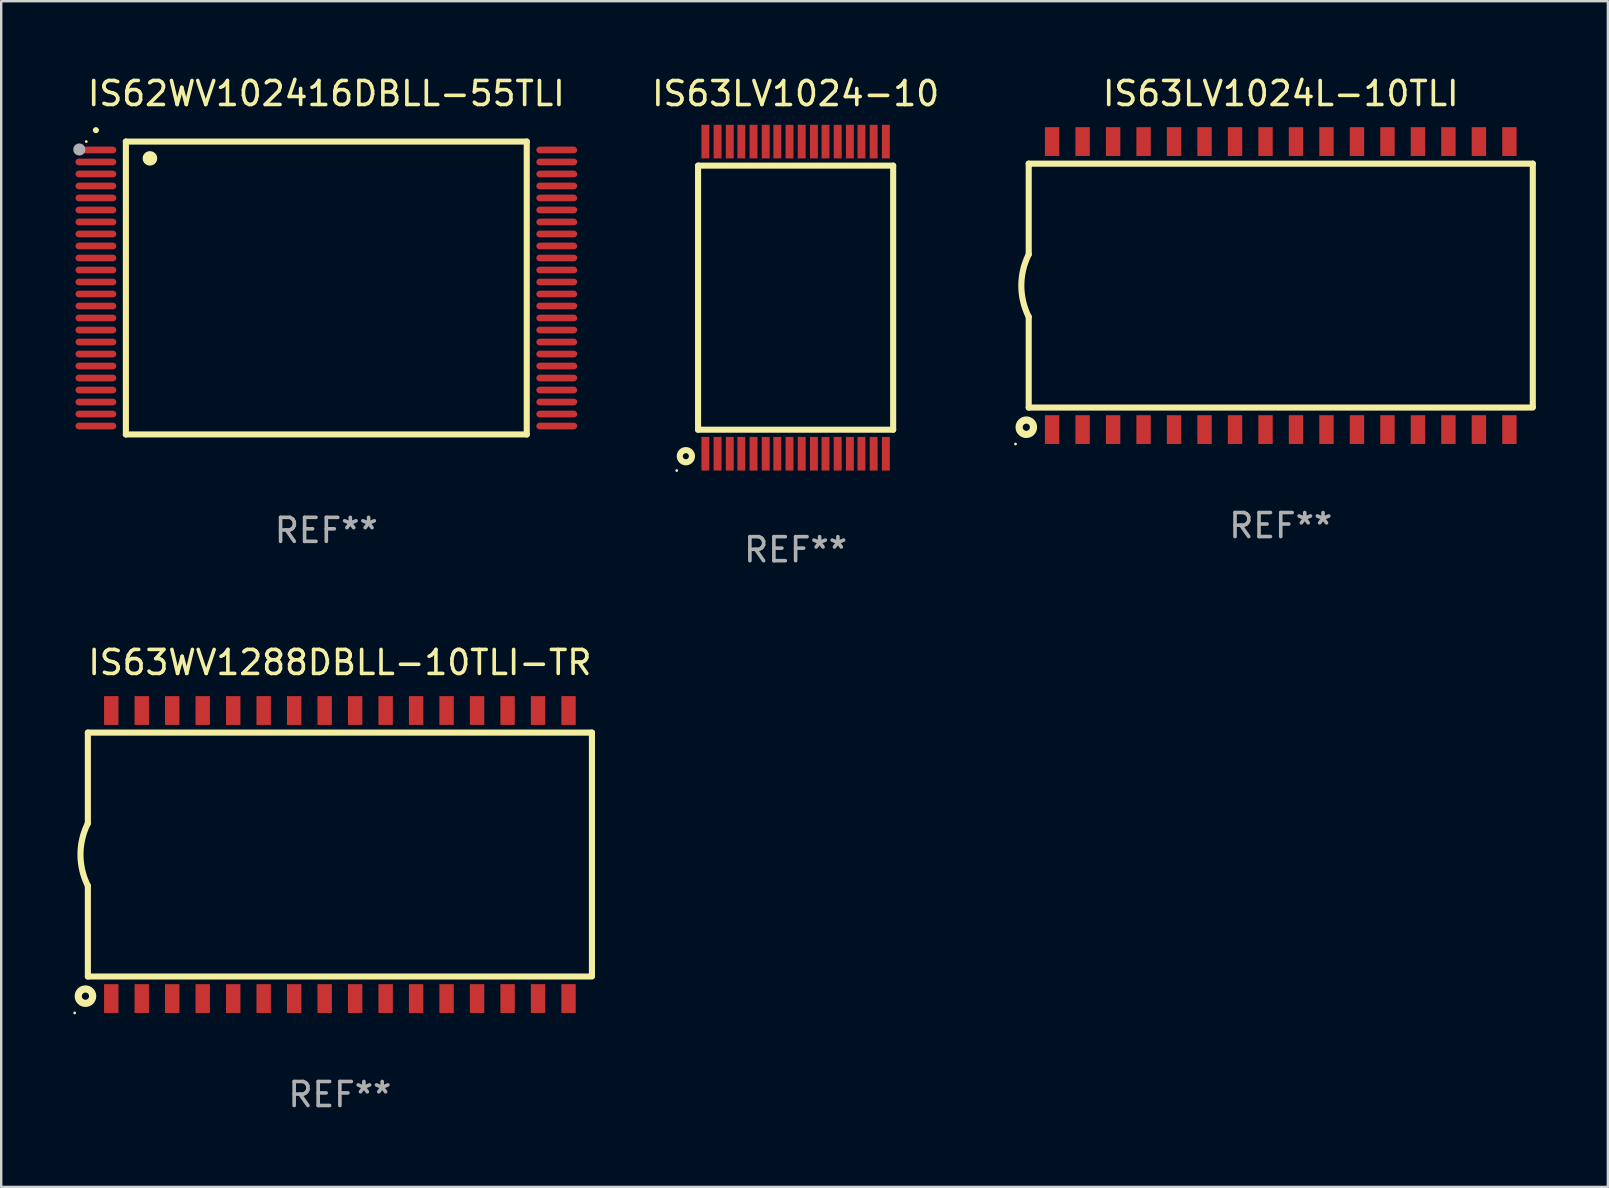
<source format=kicad_pcb>
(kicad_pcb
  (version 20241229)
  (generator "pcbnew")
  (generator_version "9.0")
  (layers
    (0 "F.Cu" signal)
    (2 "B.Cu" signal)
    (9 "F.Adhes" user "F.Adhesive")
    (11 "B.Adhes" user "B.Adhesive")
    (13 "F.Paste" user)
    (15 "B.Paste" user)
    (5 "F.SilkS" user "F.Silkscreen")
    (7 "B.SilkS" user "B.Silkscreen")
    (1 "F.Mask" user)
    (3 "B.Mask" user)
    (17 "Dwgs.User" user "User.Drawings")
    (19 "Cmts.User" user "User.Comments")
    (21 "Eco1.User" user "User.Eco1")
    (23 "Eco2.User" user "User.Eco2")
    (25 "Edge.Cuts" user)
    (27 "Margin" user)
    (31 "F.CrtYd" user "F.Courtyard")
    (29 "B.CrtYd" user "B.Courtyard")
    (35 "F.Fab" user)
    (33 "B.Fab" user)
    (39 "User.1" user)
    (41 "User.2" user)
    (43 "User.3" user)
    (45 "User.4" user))
  (footprint "IS63LV1024L-10TLI"
    (layer "F.Cu")
    (at 50.306 8.848)
    (property "Reference" "IS63LV1024L-10TLI" (at 0 -8 0) (layer "F.SilkS") (effects (font (size 1 1) (thickness 0.15))))
    (attr through_hole)
    (fp_line (start -10.5 -5.08) (end -10.5 -1.3) (stroke (width 0.254) (type solid)) (layer "F.SilkS"))
    (fp_line (start -10.5 -5.08) (end 10.5 -5.08) (stroke (width 0.254) (type solid)) (layer "F.SilkS"))
    (fp_line (start -10.5 5.08) (end -10.5 1.3) (stroke (width 0.254) (type solid)) (layer "F.SilkS"))
    (fp_line (start 10.5 -5.08) (end 10.5 5.05) (stroke (width 0.254) (type solid)) (layer "F.SilkS"))
    (fp_line (start 10.5 5.08) (end -10.5 5.08) (stroke (width 0.254) (type solid)) (layer "F.SilkS"))
    (fp_arc (start -10.500406 1.300482) (mid -10.80722 0.000196) (end -10.500025 -1.3) (stroke (width 0.254001) (type solid)) (layer "F.SilkS"))
    (fp_circle (center -11.05 6.6) (end -11.02 6.6) (stroke (width 0.06) (type solid)) (fill no) (layer "F.SilkS"))
    (fp_circle (center -10.6 5.9) (end -10.3 5.9) (stroke (width 0.3) (type solid)) (fill no) (layer "F.SilkS"))
    (fp_text user "REF**" (at 0 10 0) (layer "F.Fab") (effects (font (size 1 1) (thickness 0.15))))
    (pad "1" smd rect (at -9.525 6 180) (size 0.6 1.2) (layers "F.Cu" "F.Mask" "F.Paste"))
    (pad "2" smd rect (at -8.255 6 180) (size 0.6 1.2) (layers "F.Cu" "F.Mask" "F.Paste"))
    (pad "3" smd rect (at -6.985 6 180) (size 0.6 1.2) (layers "F.Cu" "F.Mask" "F.Paste"))
    (pad "4" smd rect (at -5.715 6 180) (size 0.6 1.2) (layers "F.Cu" "F.Mask" "F.Paste"))
    (pad "5" smd rect (at -4.445 6 180) (size 0.6 1.2) (layers "F.Cu" "F.Mask" "F.Paste"))
    (pad "6" smd rect (at -3.175 6 180) (size 0.6 1.2) (layers "F.Cu" "F.Mask" "F.Paste"))
    (pad "7" smd rect (at -1.905 6 180) (size 0.6 1.2) (layers "F.Cu" "F.Mask" "F.Paste"))
    (pad "8" smd rect (at -0.635 6 180) (size 0.6 1.2) (layers "F.Cu" "F.Mask" "F.Paste"))
    (pad "9" smd rect (at 0.635 6 180) (size 0.6 1.2) (layers "F.Cu" "F.Mask" "F.Paste"))
    (pad "10" smd rect (at 1.905 6 180) (size 0.6 1.2) (layers "F.Cu" "F.Mask" "F.Paste"))
    (pad "11" smd rect (at 3.175 6 180) (size 0.6 1.2) (layers "F.Cu" "F.Mask" "F.Paste"))
    (pad "12" smd rect (at 4.445 6 180) (size 0.6 1.2) (layers "F.Cu" "F.Mask" "F.Paste"))
    (pad "13" smd rect (at 5.715 6 180) (size 0.6 1.2) (layers "F.Cu" "F.Mask" "F.Paste"))
    (pad "14" smd rect (at 6.985 6 180) (size 0.6 1.2) (layers "F.Cu" "F.Mask" "F.Paste"))
    (pad "15" smd rect (at 8.255 6 180) (size 0.6 1.2) (layers "F.Cu" "F.Mask" "F.Paste"))
    (pad "16" smd rect (at 9.525 6 180) (size 0.6 1.2) (layers "F.Cu" "F.Mask" "F.Paste"))
    (pad "17" smd rect (at 9.525 -6 180) (size 0.6 1.2) (layers "F.Cu" "F.Mask" "F.Paste"))
    (pad "18" smd rect (at 8.255 -6 180) (size 0.6 1.2) (layers "F.Cu" "F.Mask" "F.Paste"))
    (pad "19" smd rect (at 6.985 -6 180) (size 0.6 1.2) (layers "F.Cu" "F.Mask" "F.Paste"))
    (pad "20" smd rect (at 5.715 -6 180) (size 0.6 1.2) (layers "F.Cu" "F.Mask" "F.Paste"))
    (pad "21" smd rect (at 4.445 -6 180) (size 0.6 1.2) (layers "F.Cu" "F.Mask" "F.Paste"))
    (pad "22" smd rect (at 3.175 -6 180) (size 0.6 1.2) (layers "F.Cu" "F.Mask" "F.Paste"))
    (pad "23" smd rect (at 1.905 -6 180) (size 0.6 1.2) (layers "F.Cu" "F.Mask" "F.Paste"))
    (pad "24" smd rect (at 0.635 -6 180) (size 0.6 1.2) (layers "F.Cu" "F.Mask" "F.Paste"))
    (pad "25" smd rect (at -0.635 -6 180) (size 0.6 1.2) (layers "F.Cu" "F.Mask" "F.Paste"))
    (pad "26" smd rect (at -1.905 -6 180) (size 0.6 1.2) (layers "F.Cu" "F.Mask" "F.Paste"))
    (pad "27" smd rect (at -3.175 -6 180) (size 0.6 1.2) (layers "F.Cu" "F.Mask" "F.Paste"))
    (pad "28" smd rect (at -4.445 -6 180) (size 0.6 1.2) (layers "F.Cu" "F.Mask" "F.Paste"))
    (pad "29" smd rect (at -5.715 -6 180) (size 0.6 1.2) (layers "F.Cu" "F.Mask" "F.Paste"))
    (pad "30" smd rect (at -6.985 -6 180) (size 0.6 1.2) (layers "F.Cu" "F.Mask" "F.Paste"))
    (pad "31" smd rect (at -8.255 -6 180) (size 0.6 1.2) (layers "F.Cu" "F.Mask" "F.Paste"))
    (pad "32" smd rect (at -9.525 -6 180) (size 0.6 1.2) (layers "F.Cu" "F.Mask" "F.Paste")))
  (footprint "IS63LV1024-10"
    (layer "F.Cu")
    (at 30.095 9.351)
    (property "Reference" "IS63LV1024-10" (at 0 -8.502 0) (layer "F.SilkS") (effects (font (size 1 1) (thickness 0.15))))
    (attr through_hole)
    (fp_line (start -4.064 -5.5) (end 4.064 -5.5) (stroke (width 0.254) (type solid)) (layer "F.SilkS"))
    (fp_line (start -4.064 5.5) (end -4.064 -5.5) (stroke (width 0.254) (type solid)) (layer "F.SilkS"))
    (fp_line (start -4.064 5.5) (end 4.064 5.5) (stroke (width 0.254) (type solid)) (layer "F.SilkS"))
    (fp_line (start 4.064 -5.5) (end 4.064 5.5) (stroke (width 0.254) (type solid)) (layer "F.SilkS"))
    (fp_circle (center -4.953 7.202) (end -4.923 7.202) (stroke (width 0.06) (type solid)) (fill no) (layer "F.SilkS"))
    (fp_circle (center -4.572 6.604) (end -4.318 6.604) (stroke (width 0.254) (type solid)) (fill no) (layer "F.SilkS"))
    (fp_text user "REF**" (at 0 10.502 0) (layer "F.Fab") (effects (font (size 1 1) (thickness 0.15))))
    (pad "1" smd rect (at -3.759 6.502 180) (size 0.33 1.4) (layers "F.Cu" "F.Mask" "F.Paste"))
    (pad "2" smd rect (at -3.251 6.502 180) (size 0.33 1.4) (layers "F.Cu" "F.Mask" "F.Paste"))
    (pad "3" smd rect (at -2.743 6.502 180) (size 0.33 1.4) (layers "F.Cu" "F.Mask" "F.Paste"))
    (pad "4" smd rect (at -2.261 6.502 180) (size 0.33 1.4) (layers "F.Cu" "F.Mask" "F.Paste"))
    (pad "5" smd rect (at -1.753 6.502 180) (size 0.33 1.4) (layers "F.Cu" "F.Mask" "F.Paste"))
    (pad "6" smd rect (at -1.245 6.502 180) (size 0.33 1.4) (layers "F.Cu" "F.Mask" "F.Paste"))
    (pad "7" smd rect (at -0.762 6.502 180) (size 0.33 1.4) (layers "F.Cu" "F.Mask" "F.Paste"))
    (pad "8" smd rect (at -0.254 6.502 180) (size 0.33 1.4) (layers "F.Cu" "F.Mask" "F.Paste"))
    (pad "9" smd rect (at 0.254 6.502 180) (size 0.33 1.4) (layers "F.Cu" "F.Mask" "F.Paste"))
    (pad "10" smd rect (at 0.762 6.502 180) (size 0.33 1.4) (layers "F.Cu" "F.Mask" "F.Paste"))
    (pad "11" smd rect (at 1.245 6.502 180) (size 0.33 1.4) (layers "F.Cu" "F.Mask" "F.Paste"))
    (pad "12" smd rect (at 1.753 6.502 180) (size 0.33 1.4) (layers "F.Cu" "F.Mask" "F.Paste"))
    (pad "13" smd rect (at 2.261 6.502 180) (size 0.33 1.4) (layers "F.Cu" "F.Mask" "F.Paste"))
    (pad "14" smd rect (at 2.743 6.502 180) (size 0.33 1.4) (layers "F.Cu" "F.Mask" "F.Paste"))
    (pad "15" smd rect (at 3.251 6.502 180) (size 0.33 1.4) (layers "F.Cu" "F.Mask" "F.Paste"))
    (pad "16" smd rect (at 3.759 6.502 180) (size 0.33 1.4) (layers "F.Cu" "F.Mask" "F.Paste"))
    (pad "17" smd rect (at 3.759 -6.502) (size 0.33 1.4) (layers "F.Cu" "F.Mask" "F.Paste"))
    (pad "18" smd rect (at 3.251 -6.502) (size 0.33 1.4) (layers "F.Cu" "F.Mask" "F.Paste"))
    (pad "19" smd rect (at 2.743 -6.502) (size 0.33 1.4) (layers "F.Cu" "F.Mask" "F.Paste"))
    (pad "20" smd rect (at 2.261 -6.502) (size 0.33 1.4) (layers "F.Cu" "F.Mask" "F.Paste"))
    (pad "21" smd rect (at 1.753 -6.502) (size 0.33 1.4) (layers "F.Cu" "F.Mask" "F.Paste"))
    (pad "22" smd rect (at 1.245 -6.502) (size 0.33 1.4) (layers "F.Cu" "F.Mask" "F.Paste"))
    (pad "23" smd rect (at 0.762 -6.502) (size 0.33 1.4) (layers "F.Cu" "F.Mask" "F.Paste"))
    (pad "24" smd rect (at 0.254 -6.502) (size 0.33 1.4) (layers "F.Cu" "F.Mask" "F.Paste"))
    (pad "25" smd rect (at -0.254 -6.502) (size 0.33 1.4) (layers "F.Cu" "F.Mask" "F.Paste"))
    (pad "26" smd rect (at -0.762 -6.502) (size 0.33 1.4) (layers "F.Cu" "F.Mask" "F.Paste"))
    (pad "27" smd rect (at -1.245 -6.502) (size 0.33 1.4) (layers "F.Cu" "F.Mask" "F.Paste"))
    (pad "28" smd rect (at -1.753 -6.502) (size 0.33 1.4) (layers "F.Cu" "F.Mask" "F.Paste"))
    (pad "29" smd rect (at -2.261 -6.502) (size 0.33 1.4) (layers "F.Cu" "F.Mask" "F.Paste"))
    (pad "30" smd rect (at -2.743 -6.502) (size 0.33 1.4) (layers "F.Cu" "F.Mask" "F.Paste"))
    (pad "31" smd rect (at -3.251 -6.502) (size 0.33 1.4) (layers "F.Cu" "F.Mask" "F.Paste"))
    (pad "32" smd rect (at -3.759 -6.502) (size 0.33 1.4) (layers "F.Cu" "F.Mask" "F.Paste")))
  (footprint "IS63WV1288DBLL-10TLI-TR"
    (layer "F.Cu")
    (at 11.11 32.55)
    (property "Reference" "IS63WV1288DBLL-10TLI-TR" (at 0 -8 0) (layer "F.SilkS") (effects (font (size 1 1) (thickness 0.15))))
    (attr through_hole)
    (fp_line (start -10.5 -5.08) (end -10.5 -1.3) (stroke (width 0.254) (type solid)) (layer "F.SilkS"))
    (fp_line (start -10.5 -5.08) (end 10.5 -5.08) (stroke (width 0.254) (type solid)) (layer "F.SilkS"))
    (fp_line (start -10.5 5.08) (end -10.5 1.3) (stroke (width 0.254) (type solid)) (layer "F.SilkS"))
    (fp_line (start 10.5 -5.08) (end 10.5 5.05) (stroke (width 0.254) (type solid)) (layer "F.SilkS"))
    (fp_line (start 10.5 5.08) (end -10.5 5.08) (stroke (width 0.254) (type solid)) (layer "F.SilkS"))
    (fp_arc (start -10.500406 1.300482) (mid -10.80722 0.000196) (end -10.500025 -1.3) (stroke (width 0.254001) (type solid)) (layer "F.SilkS"))
    (fp_circle (center -11.05 6.6) (end -11.02 6.6) (stroke (width 0.06) (type solid)) (fill no) (layer "F.SilkS"))
    (fp_circle (center -10.6 5.9) (end -10.3 5.9) (stroke (width 0.3) (type solid)) (fill no) (layer "F.SilkS"))
    (fp_text user "REF**" (at 0 10 0) (layer "F.Fab") (effects (font (size 1 1) (thickness 0.15))))
    (pad "1" smd rect (at -9.525 6 180) (size 0.6 1.2) (layers "F.Cu" "F.Mask" "F.Paste"))
    (pad "2" smd rect (at -8.255 6 180) (size 0.6 1.2) (layers "F.Cu" "F.Mask" "F.Paste"))
    (pad "3" smd rect (at -6.985 6 180) (size 0.6 1.2) (layers "F.Cu" "F.Mask" "F.Paste"))
    (pad "4" smd rect (at -5.715 6 180) (size 0.6 1.2) (layers "F.Cu" "F.Mask" "F.Paste"))
    (pad "5" smd rect (at -4.445 6 180) (size 0.6 1.2) (layers "F.Cu" "F.Mask" "F.Paste"))
    (pad "6" smd rect (at -3.175 6 180) (size 0.6 1.2) (layers "F.Cu" "F.Mask" "F.Paste"))
    (pad "7" smd rect (at -1.905 6 180) (size 0.6 1.2) (layers "F.Cu" "F.Mask" "F.Paste"))
    (pad "8" smd rect (at -0.635 6 180) (size 0.6 1.2) (layers "F.Cu" "F.Mask" "F.Paste"))
    (pad "9" smd rect (at 0.635 6 180) (size 0.6 1.2) (layers "F.Cu" "F.Mask" "F.Paste"))
    (pad "10" smd rect (at 1.905 6 180) (size 0.6 1.2) (layers "F.Cu" "F.Mask" "F.Paste"))
    (pad "11" smd rect (at 3.175 6 180) (size 0.6 1.2) (layers "F.Cu" "F.Mask" "F.Paste"))
    (pad "12" smd rect (at 4.445 6 180) (size 0.6 1.2) (layers "F.Cu" "F.Mask" "F.Paste"))
    (pad "13" smd rect (at 5.715 6 180) (size 0.6 1.2) (layers "F.Cu" "F.Mask" "F.Paste"))
    (pad "14" smd rect (at 6.985 6 180) (size 0.6 1.2) (layers "F.Cu" "F.Mask" "F.Paste"))
    (pad "15" smd rect (at 8.255 6 180) (size 0.6 1.2) (layers "F.Cu" "F.Mask" "F.Paste"))
    (pad "16" smd rect (at 9.525 6 180) (size 0.6 1.2) (layers "F.Cu" "F.Mask" "F.Paste"))
    (pad "17" smd rect (at 9.525 -6 180) (size 0.6 1.2) (layers "F.Cu" "F.Mask" "F.Paste"))
    (pad "18" smd rect (at 8.255 -6 180) (size 0.6 1.2) (layers "F.Cu" "F.Mask" "F.Paste"))
    (pad "19" smd rect (at 6.985 -6 180) (size 0.6 1.2) (layers "F.Cu" "F.Mask" "F.Paste"))
    (pad "20" smd rect (at 5.715 -6 180) (size 0.6 1.2) (layers "F.Cu" "F.Mask" "F.Paste"))
    (pad "21" smd rect (at 4.445 -6 180) (size 0.6 1.2) (layers "F.Cu" "F.Mask" "F.Paste"))
    (pad "22" smd rect (at 3.175 -6 180) (size 0.6 1.2) (layers "F.Cu" "F.Mask" "F.Paste"))
    (pad "23" smd rect (at 1.905 -6 180) (size 0.6 1.2) (layers "F.Cu" "F.Mask" "F.Paste"))
    (pad "24" smd rect (at 0.635 -6 180) (size 0.6 1.2) (layers "F.Cu" "F.Mask" "F.Paste"))
    (pad "25" smd rect (at -0.635 -6 180) (size 0.6 1.2) (layers "F.Cu" "F.Mask" "F.Paste"))
    (pad "26" smd rect (at -1.905 -6 180) (size 0.6 1.2) (layers "F.Cu" "F.Mask" "F.Paste"))
    (pad "27" smd rect (at -3.175 -6 180) (size 0.6 1.2) (layers "F.Cu" "F.Mask" "F.Paste"))
    (pad "28" smd rect (at -4.445 -6 180) (size 0.6 1.2) (layers "F.Cu" "F.Mask" "F.Paste"))
    (pad "29" smd rect (at -5.715 -6 180) (size 0.6 1.2) (layers "F.Cu" "F.Mask" "F.Paste"))
    (pad "30" smd rect (at -6.985 -6 180) (size 0.6 1.2) (layers "F.Cu" "F.Mask" "F.Paste"))
    (pad "31" smd rect (at -8.255 -6 180) (size 0.6 1.2) (layers "F.Cu" "F.Mask" "F.Paste"))
    (pad "32" smd rect (at -9.525 -6 180) (size 0.6 1.2) (layers "F.Cu" "F.Mask" "F.Paste")))
  (footprint "IS62WV102416DBLL-55TLI"
    (layer "F.Cu")
    (at 10.544 8.948)
    (property "Reference" "IS62WV102416DBLL-55TLI" (at 0 -8.1 0) (layer "F.SilkS") (effects (font (size 1 1) (thickness 0.15))))
    (attr through_hole)
    (fp_line (start -8.35 -6.1) (end 8.35 -6.1) (stroke (width 0.254) (type solid)) (layer "F.SilkS"))
    (fp_line (start -8.35 6.1) (end -8.35 -6.1) (stroke (width 0.254) (type solid)) (layer "F.SilkS"))
    (fp_line (start 8.35 -6.1) (end 8.35 6.1) (stroke (width 0.254) (type solid)) (layer "F.SilkS"))
    (fp_line (start 8.35 6.1) (end -8.35 6.1) (stroke (width 0.254) (type solid)) (layer "F.SilkS"))
    (fp_arc (start -9.601219 -6.57606) (mid -9.599949 -6.576066) (end -9.598679 -6.57606) (stroke (width 0.25) (type solid)) (layer "F.SilkS"))
    (fp_arc (start -7.350775 -5.400038) (mid -7.348235 -5.400049) (end -7.345695 -5.400038) (stroke (width 0.6) (type solid)) (layer "F.SilkS"))
    (fp_circle (center -10 -6.1) (end -9.97 -6.1) (stroke (width 0.06) (type solid)) (fill no) (layer "F.SilkS"))
    (fp_circle (center -10.29 -5.77) (end -10.163 -5.77) (stroke (width 0.254) (type solid)) (fill no) (layer "F.Fab"))
    (fp_text user "REF**" (at 0 10.1 0) (layer "F.Fab") (effects (font (size 1 1) (thickness 0.15))))
    (pad "1" smd oval (at -9.6 -5.75 90) (size 0.28 1.7) (layers "F.Cu" "F.Mask" "F.Paste"))
    (pad "2" smd oval (at -9.6 -5.25 90) (size 0.28 1.7) (layers "F.Cu" "F.Mask" "F.Paste"))
    (pad "3" smd oval (at -9.6 -4.75 90) (size 0.28 1.7) (layers "F.Cu" "F.Mask" "F.Paste"))
    (pad "4" smd oval (at -9.6 -4.25 90) (size 0.28 1.7) (layers "F.Cu" "F.Mask" "F.Paste"))
    (pad "5" smd oval (at -9.6 -3.75 90) (size 0.28 1.7) (layers "F.Cu" "F.Mask" "F.Paste"))
    (pad "6" smd oval (at -9.6 -3.25 90) (size 0.28 1.7) (layers "F.Cu" "F.Mask" "F.Paste"))
    (pad "7" smd oval (at -9.6 -2.75 90) (size 0.28 1.7) (layers "F.Cu" "F.Mask" "F.Paste"))
    (pad "8" smd oval (at -9.6 -2.25 90) (size 0.28 1.7) (layers "F.Cu" "F.Mask" "F.Paste"))
    (pad "9" smd oval (at -9.6 -1.75 90) (size 0.28 1.7) (layers "F.Cu" "F.Mask" "F.Paste"))
    (pad "10" smd oval (at -9.6 -1.25 90) (size 0.28 1.7) (layers "F.Cu" "F.Mask" "F.Paste"))
    (pad "11" smd oval (at -9.6 -0.75 90) (size 0.28 1.7) (layers "F.Cu" "F.Mask" "F.Paste"))
    (pad "12" smd oval (at -9.6 -0.25 90) (size 0.28 1.7) (layers "F.Cu" "F.Mask" "F.Paste"))
    (pad "13" smd oval (at -9.6 0.25 90) (size 0.28 1.7) (layers "F.Cu" "F.Mask" "F.Paste"))
    (pad "14" smd oval (at -9.6 0.75 90) (size 0.28 1.7) (layers "F.Cu" "F.Mask" "F.Paste"))
    (pad "15" smd oval (at -9.6 1.25 90) (size 0.28 1.7) (layers "F.Cu" "F.Mask" "F.Paste"))
    (pad "16" smd oval (at -9.6 1.75 90) (size 0.28 1.7) (layers "F.Cu" "F.Mask" "F.Paste"))
    (pad "17" smd oval (at -9.6 2.25 90) (size 0.28 1.7) (layers "F.Cu" "F.Mask" "F.Paste"))
    (pad "18" smd oval (at -9.6 2.75 90) (size 0.28 1.7) (layers "F.Cu" "F.Mask" "F.Paste"))
    (pad "19" smd oval (at -9.6 3.25 90) (size 0.28 1.7) (layers "F.Cu" "F.Mask" "F.Paste"))
    (pad "20" smd oval (at -9.6 3.75 90) (size 0.28 1.7) (layers "F.Cu" "F.Mask" "F.Paste"))
    (pad "21" smd oval (at -9.6 4.25 90) (size 0.28 1.7) (layers "F.Cu" "F.Mask" "F.Paste"))
    (pad "22" smd oval (at -9.6 4.75 90) (size 0.28 1.7) (layers "F.Cu" "F.Mask" "F.Paste"))
    (pad "23" smd oval (at -9.6 5.25 90) (size 0.28 1.7) (layers "F.Cu" "F.Mask" "F.Paste"))
    (pad "24" smd oval (at -9.6 5.75 90) (size 0.28 1.7) (layers "F.Cu" "F.Mask" "F.Paste"))
    (pad "25" smd oval (at 9.6 5.75 90) (size 0.28 1.7) (layers "F.Cu" "F.Mask" "F.Paste"))
    (pad "26" smd oval (at 9.6 5.25 90) (size 0.28 1.7) (layers "F.Cu" "F.Mask" "F.Paste"))
    (pad "27" smd oval (at 9.6 4.75 90) (size 0.28 1.7) (layers "F.Cu" "F.Mask" "F.Paste"))
    (pad "28" smd oval (at 9.6 4.25 90) (size 0.28 1.7) (layers "F.Cu" "F.Mask" "F.Paste"))
    (pad "29" smd oval (at 9.6 3.75 90) (size 0.28 1.7) (layers "F.Cu" "F.Mask" "F.Paste"))
    (pad "30" smd oval (at 9.6 3.25 90) (size 0.28 1.7) (layers "F.Cu" "F.Mask" "F.Paste"))
    (pad "31" smd oval (at 9.6 2.75 90) (size 0.28 1.7) (layers "F.Cu" "F.Mask" "F.Paste"))
    (pad "32" smd oval (at 9.6 2.25 90) (size 0.28 1.7) (layers "F.Cu" "F.Mask" "F.Paste"))
    (pad "33" smd oval (at 9.6 1.75 90) (size 0.28 1.7) (layers "F.Cu" "F.Mask" "F.Paste"))
    (pad "34" smd oval (at 9.6 1.25 90) (size 0.28 1.7) (layers "F.Cu" "F.Mask" "F.Paste"))
    (pad "35" smd oval (at 9.6 0.75 90) (size 0.28 1.7) (layers "F.Cu" "F.Mask" "F.Paste"))
    (pad "36" smd oval (at 9.6 0.25 90) (size 0.28 1.7) (layers "F.Cu" "F.Mask" "F.Paste"))
    (pad "37" smd oval (at 9.6 -0.25 90) (size 0.28 1.7) (layers "F.Cu" "F.Mask" "F.Paste"))
    (pad "38" smd oval (at 9.6 -0.75 90) (size 0.28 1.7) (layers "F.Cu" "F.Mask" "F.Paste"))
    (pad "39" smd oval (at 9.6 -1.25 90) (size 0.28 1.7) (layers "F.Cu" "F.Mask" "F.Paste"))
    (pad "40" smd oval (at 9.6 -1.75 90) (size 0.28 1.7) (layers "F.Cu" "F.Mask" "F.Paste"))
    (pad "41" smd oval (at 9.6 -2.25 90) (size 0.28 1.7) (layers "F.Cu" "F.Mask" "F.Paste"))
    (pad "42" smd oval (at 9.6 -2.75 90) (size 0.28 1.7) (layers "F.Cu" "F.Mask" "F.Paste"))
    (pad "43" smd oval (at 9.6 -3.25 90) (size 0.28 1.7) (layers "F.Cu" "F.Mask" "F.Paste"))
    (pad "44" smd oval (at 9.6 -3.75 90) (size 0.28 1.7) (layers "F.Cu" "F.Mask" "F.Paste"))
    (pad "45" smd oval (at 9.6 -4.25 90) (size 0.28 1.7) (layers "F.Cu" "F.Mask" "F.Paste"))
    (pad "46" smd oval (at 9.6 -4.75 90) (size 0.28 1.7) (layers "F.Cu" "F.Mask" "F.Paste"))
    (pad "47" smd oval (at 9.6 -5.25 90) (size 0.28 1.7) (layers "F.Cu" "F.Mask" "F.Paste"))
    (pad "48" smd oval (at 9.6 -5.75 90) (size 0.28 1.7) (layers "F.Cu" "F.Mask" "F.Paste")))
  (gr_rect
    (start -3 -3)
    (end 63.933 46.398)
    (stroke (width 0.1) (type default))
    (fill no)
    (layer "Edge.Cuts")))
</source>
